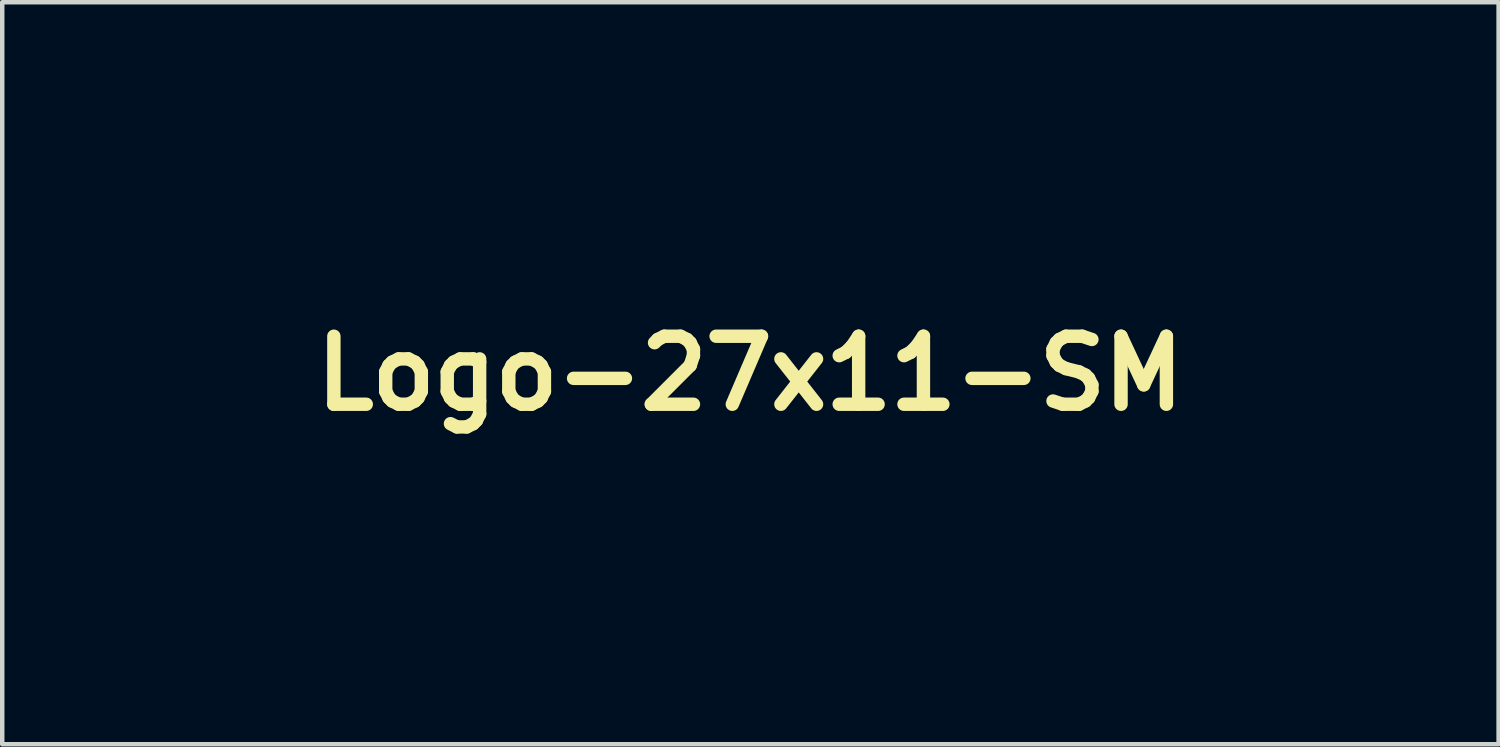
<source format=kicad_pcb>
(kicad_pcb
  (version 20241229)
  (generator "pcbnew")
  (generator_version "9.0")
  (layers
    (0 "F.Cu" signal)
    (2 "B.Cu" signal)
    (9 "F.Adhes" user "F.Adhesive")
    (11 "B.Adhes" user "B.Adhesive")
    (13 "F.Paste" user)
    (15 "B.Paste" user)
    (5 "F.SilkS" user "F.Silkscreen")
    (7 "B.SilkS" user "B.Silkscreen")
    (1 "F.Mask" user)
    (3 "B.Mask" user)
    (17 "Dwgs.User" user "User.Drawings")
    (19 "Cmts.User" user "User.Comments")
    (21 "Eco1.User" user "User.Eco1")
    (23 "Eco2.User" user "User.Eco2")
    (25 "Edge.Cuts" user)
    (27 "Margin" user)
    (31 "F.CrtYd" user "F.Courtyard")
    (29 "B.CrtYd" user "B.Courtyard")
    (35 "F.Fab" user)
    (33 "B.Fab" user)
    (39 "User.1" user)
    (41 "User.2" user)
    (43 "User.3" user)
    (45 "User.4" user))
  (footprint "Logo-27x11-SM"
    (layer "F.Cu")
    (at 13.755 5.317)
    (property "Reference" "Logo-27x11-SM" (at 0 0 0) (layer "F.SilkS") (effects (font (size 1.524 1.524) (thickness 0.3))))
    (attr through_hole)
    (fp_poly (pts (xy 12.591 -3.572) (xy 12.674 -3.472) (xy 12.744 -3.387) (xy 12.791 -3.327) (xy 12.808 -3.302) (xy 12.787 -3.282) (xy 12.727 -3.237) (xy 12.634 -3.17) (xy 12.517 -3.086) (xy 12.381 -2.991) (xy 12.236 -2.89) (xy 12.087 -2.788) (xy 11.942 -2.69) (xy 11.809 -2.6) (xy 11.694 -2.524) (xy 11.606 -2.467) (xy 11.551 -2.434) (xy 11.536 -2.427) (xy 11.516 -2.447) (xy 11.5 -2.467) (xy 11.467 -2.512) (xy 11.413 -2.58) (xy 11.382 -2.617) (xy 11.292 -2.727) (xy 11.838 -3.272) (xy 12.383 -3.817) (xy 12.591 -3.572)) (stroke (width 0.01) (type solid)) (fill yes) (layer "F.Mask"))
    (fp_poly (pts (xy -12.682 -5.069) (xy -12.521 -5.013) (xy -12.37 -4.917) (xy -12.241 -4.792) (xy -12.146 -4.653) (xy -12.107 -4.558) (xy -12.086 -4.426) (xy -12.082 -4.27) (xy -12.095 -4.111) (xy -12.124 -3.968) (xy -12.157 -3.881) (xy -12.268 -3.724) (xy -12.419 -3.599) (xy -12.598 -3.509) (xy -12.795 -3.458) (xy -12.998 -3.452) (xy -13.154 -3.48) (xy -13.364 -3.561) (xy -13.527 -3.674) (xy -13.645 -3.82) (xy -13.718 -4) (xy -13.749 -4.217) (xy -13.75 -4.266) (xy -13.729 -4.484) (xy -13.664 -4.669) (xy -13.552 -4.824) (xy -13.391 -4.953) (xy -13.246 -5.03) (xy -13.071 -5.082) (xy -12.876 -5.094) (xy -12.682 -5.069)) (stroke (width 0.01) (type solid)) (fill yes) (layer "F.Mask"))
    (fp_poly (pts (xy 9.083 4.827) (xy 9.26 4.83) (xy 9.393 4.836) (xy 9.476 4.843) (xy 9.506 4.852) (xy 9.506 4.853) (xy 9.475 4.894) (xy 9.409 4.957) (xy 9.32 5.031) (xy 9.221 5.107) (xy 9.123 5.175) (xy 9.039 5.227) (xy 9.017 5.238) (xy 8.917 5.282) (xy 8.845 5.3) (xy 8.778 5.293) (xy 8.695 5.261) (xy 8.672 5.25) (xy 8.588 5.201) (xy 8.488 5.128) (xy 8.388 5.042) (xy 8.301 4.957) (xy 8.244 4.887) (xy 8.238 4.877) (xy 8.232 4.86) (xy 8.238 4.848) (xy 8.263 4.839) (xy 8.312 4.833) (xy 8.393 4.829) (xy 8.512 4.827) (xy 8.675 4.826) (xy 8.863 4.826) (xy 9.083 4.827)) (stroke (width 0.01) (type solid)) (fill yes) (layer "F.Mask"))
    (fp_poly (pts (xy 8.625 -4.541) (xy 8.619 -4.339) (xy 8.614 -4.156) (xy 8.609 -4) (xy 8.605 -3.878) (xy 8.602 -3.797) (xy 8.599 -3.765) (xy 8.599 -3.765) (xy 8.565 -3.757) (xy 8.496 -3.752) (xy 8.409 -3.749) (xy 8.321 -3.748) (xy 8.25 -3.751) (xy 8.214 -3.757) (xy 8.213 -3.759) (xy 8.208 -3.792) (xy 8.196 -3.871) (xy 8.177 -3.988) (xy 8.153 -4.132) (xy 8.125 -4.296) (xy 8.096 -4.468) (xy 8.067 -4.641) (xy 8.039 -4.805) (xy 8.014 -4.951) (xy 7.993 -5.07) (xy 7.979 -5.151) (xy 7.972 -5.183) (xy 7.97 -5.212) (xy 7.982 -5.233) (xy 8.017 -5.249) (xy 8.082 -5.263) (xy 8.185 -5.275) (xy 8.333 -5.288) (xy 8.408 -5.294) (xy 8.645 -5.312) (xy 8.625 -4.541)) (stroke (width 0.01) (type solid)) (fill yes) (layer "F.Mask"))
    (fp_poly (pts (xy 6.352 -4.666) (xy 6.37 -4.635) (xy 6.407 -4.562) (xy 6.46 -4.455) (xy 6.525 -4.321) (xy 6.598 -4.17) (xy 6.675 -4.009) (xy 6.752 -3.848) (xy 6.825 -3.693) (xy 6.89 -3.553) (xy 6.943 -3.438) (xy 6.98 -3.354) (xy 6.998 -3.31) (xy 6.999 -3.306) (xy 6.977 -3.285) (xy 6.922 -3.246) (xy 6.85 -3.198) (xy 6.775 -3.152) (xy 6.715 -3.117) (xy 6.684 -3.104) (xy 6.665 -3.126) (xy 6.617 -3.187) (xy 6.544 -3.281) (xy 6.451 -3.403) (xy 6.343 -3.546) (xy 6.237 -3.687) (xy 6.117 -3.846) (xy 6.009 -3.991) (xy 5.916 -4.116) (xy 5.844 -4.215) (xy 5.796 -4.28) (xy 5.779 -4.304) (xy 5.793 -4.332) (xy 5.846 -4.378) (xy 5.926 -4.437) (xy 6.022 -4.501) (xy 6.123 -4.563) (xy 6.218 -4.617) (xy 6.295 -4.654) (xy 6.343 -4.668) (xy 6.352 -4.666)) (stroke (width 0.01) (type solid)) (fill yes) (layer "F.Mask"))
    (fp_poly (pts (xy 10.403 -5.042) (xy 10.477 -5.015) (xy 10.576 -4.977) (xy 10.685 -4.933) (xy 10.792 -4.888) (xy 10.885 -4.847) (xy 10.951 -4.815) (xy 10.977 -4.798) (xy 10.977 -4.798) (xy 10.963 -4.762) (xy 10.925 -4.686) (xy 10.867 -4.579) (xy 10.795 -4.448) (xy 10.712 -4.301) (xy 10.623 -4.146) (xy 10.533 -3.99) (xy 10.446 -3.842) (xy 10.366 -3.71) (xy 10.299 -3.6) (xy 10.249 -3.522) (xy 10.22 -3.483) (xy 10.216 -3.48) (xy 10.167 -3.487) (xy 10.089 -3.51) (xy 10.033 -3.531) (xy 9.954 -3.564) (xy 9.9 -3.588) (xy 9.886 -3.595) (xy 9.892 -3.623) (xy 9.913 -3.697) (xy 9.947 -3.811) (xy 9.992 -3.957) (xy 10.045 -4.13) (xy 10.104 -4.319) (xy 10.164 -4.509) (xy 10.218 -4.682) (xy 10.263 -4.828) (xy 10.299 -4.942) (xy 10.321 -5.016) (xy 10.329 -5.044) (xy 10.352 -5.051) (xy 10.364 -5.052) (xy 10.403 -5.042)) (stroke (width 0.01) (type solid)) (fill yes) (layer "F.Mask"))
    (fp_poly (pts (xy 13.604 -1.755) (xy 13.627 -1.706) (xy 13.656 -1.612) (xy 13.692 -1.469) (xy 13.696 -1.45) (xy 13.725 -1.321) (xy 13.747 -1.214) (xy 13.761 -1.14) (xy 13.763 -1.11) (xy 13.763 -1.11) (xy 13.734 -1.104) (xy 13.658 -1.093) (xy 13.543 -1.078) (xy 13.4 -1.06) (xy 13.236 -1.039) (xy 13.062 -1.018) (xy 12.886 -0.997) (xy 12.717 -0.977) (xy 12.564 -0.959) (xy 12.436 -0.945) (xy 12.342 -0.935) (xy 12.292 -0.931) (xy 12.289 -0.931) (xy 12.255 -0.94) (xy 12.23 -0.975) (xy 12.208 -1.049) (xy 12.196 -1.104) (xy 12.181 -1.198) (xy 12.176 -1.268) (xy 12.183 -1.298) (xy 12.215 -1.312) (xy 12.294 -1.341) (xy 12.411 -1.381) (xy 12.559 -1.431) (xy 12.731 -1.488) (xy 12.876 -1.535) (xy 13.062 -1.595) (xy 13.231 -1.65) (xy 13.375 -1.697) (xy 13.487 -1.734) (xy 13.559 -1.757) (xy 13.583 -1.765) (xy 13.604 -1.755)) (stroke (width 0.01) (type solid)) (fill yes) (layer "F.Mask"))
    (fp_poly (pts (xy -5.433 3.728) (xy -5.374 3.751) (xy -5.247 3.83) (xy -5.164 3.937) (xy -5.124 4.073) (xy -5.124 4.244) (xy -5.15 4.394) (xy -5.205 4.576) (xy -5.275 4.708) (xy -5.365 4.799) (xy -5.419 4.831) (xy -5.566 4.879) (xy -5.73 4.896) (xy -5.878 4.881) (xy -6.019 4.828) (xy -6.117 4.747) (xy -6.164 4.672) (xy -6.2 4.542) (xy -6.207 4.384) (xy -6.206 4.383) (xy -5.925 4.383) (xy -5.915 4.503) (xy -5.868 4.582) (xy -5.786 4.622) (xy -5.72 4.628) (xy -5.635 4.619) (xy -5.568 4.599) (xy -5.557 4.592) (xy -5.495 4.516) (xy -5.446 4.405) (xy -5.416 4.279) (xy -5.41 4.16) (xy -5.423 4.092) (xy -5.477 4.016) (xy -5.565 3.965) (xy -5.645 3.951) (xy -5.718 3.975) (xy -5.794 4.038) (xy -5.86 4.124) (xy -5.899 4.218) (xy -5.899 4.219) (xy -5.925 4.383) (xy -6.206 4.383) (xy -6.186 4.215) (xy -6.142 4.054) (xy -6.076 3.916) (xy -6.028 3.853) (xy -5.908 3.764) (xy -5.758 3.712) (xy -5.595 3.699) (xy -5.433 3.728)) (stroke (width 0.01) (type solid)) (fill yes) (layer "F.Mask"))
    (fp_poly (pts (xy -10.919 3.706) (xy -10.753 3.746) (xy -10.628 3.822) (xy -10.549 3.923) (xy -10.519 3.99) (xy -10.506 4.064) (xy -10.506 4.165) (xy -10.509 4.219) (xy -10.538 4.435) (xy -10.59 4.603) (xy -10.668 4.73) (xy -10.774 4.821) (xy -10.806 4.838) (xy -10.917 4.876) (xy -11.055 4.894) (xy -11.193 4.892) (xy -11.241 4.884) (xy -11.392 4.83) (xy -11.501 4.738) (xy -11.568 4.609) (xy -11.591 4.445) (xy -11.59 4.404) (xy -11.307 4.404) (xy -11.297 4.498) (xy -11.258 4.57) (xy -11.243 4.586) (xy -11.178 4.618) (xy -11.085 4.627) (xy -10.991 4.613) (xy -10.929 4.585) (xy -10.884 4.53) (xy -10.84 4.438) (xy -10.804 4.328) (xy -10.783 4.219) (xy -10.781 4.175) (xy -10.805 4.072) (xy -10.872 4.001) (xy -10.976 3.968) (xy -11.007 3.967) (xy -11.116 3.987) (xy -11.198 4.051) (xy -11.258 4.163) (xy -11.289 4.274) (xy -11.307 4.404) (xy -11.59 4.404) (xy -11.589 4.374) (xy -11.553 4.151) (xy -11.483 3.971) (xy -11.382 3.836) (xy -11.249 3.746) (xy -11.086 3.704) (xy -10.919 3.706)) (stroke (width 0.01) (type solid)) (fill yes) (layer "F.Mask"))
    (fp_poly (pts (xy -1.278 3.709) (xy -1.128 3.756) (xy -1.007 3.84) (xy -0.924 3.956) (xy -0.889 4.071) (xy -0.887 4.187) (xy -0.905 4.331) (xy -0.939 4.479) (xy -0.985 4.612) (xy -1.025 4.691) (xy -1.121 4.787) (xy -1.254 4.856) (xy -1.408 4.893) (xy -1.571 4.894) (xy -1.644 4.881) (xy -1.735 4.851) (xy -1.812 4.814) (xy -1.818 4.811) (xy -1.899 4.726) (xy -1.951 4.605) (xy -1.974 4.461) (xy -1.973 4.403) (xy -1.693 4.403) (xy -1.676 4.519) (xy -1.622 4.593) (xy -1.529 4.626) (xy -1.485 4.628) (xy -1.368 4.61) (xy -1.305 4.572) (xy -1.249 4.49) (xy -1.207 4.375) (xy -1.184 4.246) (xy -1.184 4.126) (xy -1.196 4.074) (xy -1.241 4.015) (xy -1.32 3.973) (xy -1.411 3.957) (xy -1.452 3.962) (xy -1.55 4.015) (xy -1.626 4.112) (xy -1.676 4.245) (xy -1.693 4.403) (xy -1.973 4.403) (xy -1.971 4.304) (xy -1.943 4.146) (xy -1.89 3.999) (xy -1.815 3.874) (xy -1.72 3.783) (xy -1.69 3.766) (xy -1.61 3.736) (xy -1.504 3.712) (xy -1.451 3.705) (xy -1.278 3.709)) (stroke (width 0.01) (type solid)) (fill yes) (layer "F.Mask"))
    (fp_poly (pts (xy -2.395 3.333) (xy -2.227 3.355) (xy -2.131 3.381) (xy -2.048 3.412) (xy -2.006 3.441) (xy -1.991 3.482) (xy -1.99 3.525) (xy -1.999 3.601) (xy -2.031 3.646) (xy -2.094 3.662) (xy -2.196 3.651) (xy -2.295 3.629) (xy -2.436 3.6) (xy -2.552 3.591) (xy -2.602 3.595) (xy -2.717 3.645) (xy -2.811 3.746) (xy -2.882 3.899) (xy -2.932 4.103) (xy -2.954 4.292) (xy -2.962 4.401) (xy -2.961 4.469) (xy -2.948 4.512) (xy -2.92 4.545) (xy -2.89 4.569) (xy -2.79 4.614) (xy -2.651 4.622) (xy -2.471 4.592) (xy -2.389 4.571) (xy -2.307 4.549) (xy -2.26 4.546) (xy -2.23 4.564) (xy -2.213 4.585) (xy -2.18 4.658) (xy -2.173 4.706) (xy -2.199 4.764) (xy -2.27 4.814) (xy -2.375 4.855) (xy -2.502 4.883) (xy -2.64 4.896) (xy -2.777 4.892) (xy -2.887 4.872) (xy -3.043 4.802) (xy -3.163 4.69) (xy -3.209 4.616) (xy -3.231 4.557) (xy -3.242 4.479) (xy -3.242 4.367) (xy -3.237 4.277) (xy -3.208 4.006) (xy -3.154 3.784) (xy -3.076 3.608) (xy -2.971 3.477) (xy -2.851 3.394) (xy -2.726 3.352) (xy -2.567 3.332) (xy -2.395 3.333)) (stroke (width 0.01) (type solid)) (fill yes) (layer "F.Mask"))
    (fp_poly (pts (xy 3.9 3.706) (xy 4.052 3.748) (xy 4.175 3.827) (xy 4.259 3.938) (xy 4.29 4.025) (xy 4.295 4.093) (xy 4.29 4.199) (xy 4.277 4.328) (xy 4.259 4.468) (xy 4.237 4.604) (xy 4.213 4.722) (xy 4.189 4.809) (xy 4.171 4.847) (xy 4.12 4.875) (xy 4.048 4.883) (xy 3.978 4.871) (xy 3.934 4.842) (xy 3.932 4.837) (xy 3.929 4.792) (xy 3.935 4.704) (xy 3.949 4.588) (xy 3.965 4.476) (xy 3.985 4.342) (xy 3.997 4.221) (xy 4.002 4.13) (xy 3.998 4.088) (xy 3.955 4.018) (xy 3.877 3.972) (xy 3.784 3.958) (xy 3.733 3.968) (xy 3.665 4.004) (xy 3.612 4.065) (xy 3.568 4.159) (xy 3.529 4.293) (xy 3.498 4.445) (xy 3.467 4.61) (xy 3.441 4.727) (xy 3.417 4.805) (xy 3.391 4.851) (xy 3.359 4.874) (xy 3.317 4.882) (xy 3.293 4.882) (xy 3.223 4.877) (xy 3.181 4.865) (xy 3.18 4.864) (xy 3.164 4.822) (xy 3.163 4.739) (xy 3.177 4.611) (xy 3.206 4.434) (xy 3.219 4.36) (xy 3.266 4.149) (xy 3.321 3.987) (xy 3.389 3.869) (xy 3.475 3.787) (xy 3.583 3.735) (xy 3.72 3.707) (xy 3.726 3.706) (xy 3.9 3.706)) (stroke (width 0.01) (type solid)) (fill yes) (layer "F.Mask"))
    (fp_poly (pts (xy 2.859 3.747) (xy 2.985 3.824) (xy 3.069 3.939) (xy 3.109 4.088) (xy 3.105 4.271) (xy 3.092 4.346) (xy 3.034 4.552) (xy 2.955 4.705) (xy 2.855 4.806) (xy 2.822 4.826) (xy 2.703 4.869) (xy 2.562 4.894) (xy 2.431 4.897) (xy 2.399 4.893) (xy 2.236 4.842) (xy 2.113 4.758) (xy 2.035 4.643) (xy 2.006 4.51) (xy 2.293 4.51) (xy 2.33 4.577) (xy 2.416 4.632) (xy 2.427 4.637) (xy 2.536 4.652) (xy 2.649 4.616) (xy 2.723 4.554) (xy 2.777 4.466) (xy 2.794 4.39) (xy 2.769 4.363) (xy 2.704 4.341) (xy 2.618 4.328) (xy 2.528 4.326) (xy 2.465 4.335) (xy 2.362 4.377) (xy 2.304 4.439) (xy 2.293 4.51) (xy 2.006 4.51) (xy 2.004 4.501) (xy 2.004 4.484) (xy 2.026 4.339) (xy 2.091 4.228) (xy 2.201 4.151) (xy 2.356 4.106) (xy 2.556 4.095) (xy 2.594 4.096) (xy 2.725 4.098) (xy 2.801 4.087) (xy 2.825 4.063) (xy 2.798 4.025) (xy 2.751 3.99) (xy 2.691 3.962) (xy 2.617 3.956) (xy 2.532 3.965) (xy 2.382 3.983) (xy 2.279 3.983) (xy 2.215 3.962) (xy 2.182 3.92) (xy 2.174 3.86) (xy 2.2 3.8) (xy 2.277 3.753) (xy 2.398 3.719) (xy 2.487 3.707) (xy 2.692 3.707) (xy 2.859 3.747)) (stroke (width 0.01) (type solid)) (fill yes) (layer "F.Mask"))
    (fp_poly (pts (xy 5.404 3.714) (xy 5.45 3.73) (xy 5.479 3.756) (xy 5.488 3.797) (xy 5.478 3.859) (xy 5.446 3.947) (xy 5.39 4.067) (xy 5.309 4.225) (xy 5.205 4.42) (xy 5.114 4.588) (xy 5.027 4.745) (xy 4.951 4.881) (xy 4.888 4.988) (xy 4.846 5.058) (xy 4.835 5.073) (xy 4.727 5.176) (xy 4.589 5.248) (xy 4.443 5.277) (xy 4.431 5.278) (xy 4.352 5.271) (xy 4.308 5.245) (xy 4.284 5.205) (xy 4.267 5.126) (xy 4.3 5.065) (xy 4.386 5.021) (xy 4.415 5.011) (xy 4.528 4.954) (xy 4.61 4.875) (xy 4.66 4.809) (xy 4.679 4.766) (xy 4.67 4.726) (xy 4.651 4.691) (xy 4.627 4.635) (xy 4.593 4.537) (xy 4.554 4.412) (xy 4.512 4.272) (xy 4.473 4.13) (xy 4.439 3.999) (xy 4.415 3.893) (xy 4.403 3.824) (xy 4.403 3.815) (xy 4.427 3.753) (xy 4.489 3.715) (xy 4.572 3.711) (xy 4.585 3.714) (xy 4.623 3.734) (xy 4.658 3.782) (xy 4.693 3.862) (xy 4.732 3.981) (xy 4.775 4.146) (xy 4.8 4.247) (xy 4.823 4.332) (xy 4.843 4.393) (xy 4.852 4.409) (xy 4.871 4.393) (xy 4.91 4.335) (xy 4.964 4.244) (xy 5.028 4.128) (xy 5.048 4.091) (xy 5.117 3.964) (xy 5.183 3.854) (xy 5.237 3.772) (xy 5.274 3.728) (xy 5.279 3.724) (xy 5.348 3.709) (xy 5.404 3.714)) (stroke (width 0.01) (type solid)) (fill yes) (layer "F.Mask"))
    (fp_poly (pts (xy 1.562 3.712) (xy 1.711 3.755) (xy 1.838 3.834) (xy 1.903 3.904) (xy 1.936 3.962) (xy 1.954 4.034) (xy 1.959 4.138) (xy 1.959 4.186) (xy 1.938 4.409) (xy 1.88 4.594) (xy 1.788 4.738) (xy 1.665 4.838) (xy 1.513 4.893) (xy 1.335 4.9) (xy 1.229 4.883) (xy 1.144 4.867) (xy 1.091 4.873) (xy 1.061 4.91) (xy 1.042 4.988) (xy 1.031 5.062) (xy 1.015 5.152) (xy 0.994 5.221) (xy 0.983 5.242) (xy 0.926 5.272) (xy 0.849 5.274) (xy 0.78 5.25) (xy 0.76 5.232) (xy 0.748 5.184) (xy 0.749 5.092) (xy 0.76 4.964) (xy 0.781 4.812) (xy 0.808 4.645) (xy 0.838 4.49) (xy 1.137 4.49) (xy 1.139 4.566) (xy 1.169 4.607) (xy 1.235 4.624) (xy 1.344 4.628) (xy 1.349 4.628) (xy 1.45 4.622) (xy 1.517 4.6) (xy 1.564 4.562) (xy 1.608 4.495) (xy 1.649 4.392) (xy 1.679 4.275) (xy 1.693 4.167) (xy 1.693 4.154) (xy 1.668 4.067) (xy 1.603 4.002) (xy 1.511 3.965) (xy 1.406 3.964) (xy 1.351 3.981) (xy 1.286 4.02) (xy 1.237 4.083) (xy 1.198 4.18) (xy 1.165 4.321) (xy 1.156 4.37) (xy 1.137 4.49) (xy 0.838 4.49) (xy 0.841 4.473) (xy 0.877 4.306) (xy 0.915 4.154) (xy 0.952 4.027) (xy 0.988 3.934) (xy 1.007 3.899) (xy 1.114 3.798) (xy 1.25 3.733) (xy 1.404 3.704) (xy 1.562 3.712)) (stroke (width 0.01) (type solid)) (fill yes) (layer "F.Mask"))
    (fp_poly (pts (xy -4.23 3.725) (xy -4.099 3.784) (xy -3.998 3.873) (xy -3.964 3.925) (xy -3.926 4.051) (xy -3.917 4.206) (xy -3.936 4.372) (xy -3.979 4.534) (xy -4.044 4.673) (xy -4.106 4.753) (xy -4.229 4.839) (xy -4.382 4.889) (xy -4.547 4.897) (xy -4.631 4.884) (xy -4.73 4.863) (xy -4.787 4.863) (xy -4.817 4.892) (xy -4.832 4.957) (xy -4.838 5.002) (xy -4.857 5.101) (xy -4.884 5.185) (xy -4.899 5.214) (xy -4.962 5.266) (xy -5.041 5.274) (xy -5.117 5.236) (xy -5.122 5.231) (xy -5.155 5.167) (xy -5.154 5.125) (xy -5.145 5.077) (xy -5.128 4.985) (xy -5.105 4.86) (xy -5.079 4.714) (xy -5.067 4.643) (xy -5.057 4.587) (xy -4.77 4.587) (xy -4.743 4.603) (xy -4.672 4.616) (xy -4.566 4.624) (xy -4.528 4.625) (xy -4.431 4.622) (xy -4.368 4.601) (xy -4.322 4.562) (xy -4.267 4.477) (xy -4.227 4.366) (xy -4.206 4.247) (xy -4.206 4.136) (xy -4.229 4.051) (xy -4.247 4.026) (xy -4.335 3.974) (xy -4.441 3.962) (xy -4.545 3.989) (xy -4.626 4.053) (xy -4.638 4.07) (xy -4.658 4.118) (xy -4.685 4.204) (xy -4.713 4.311) (xy -4.74 4.421) (xy -4.76 4.517) (xy -4.769 4.581) (xy -4.77 4.587) (xy -5.057 4.587) (xy -5.028 4.425) (xy -4.995 4.256) (xy -4.965 4.126) (xy -4.935 4.029) (xy -4.902 3.955) (xy -4.865 3.898) (xy -4.821 3.849) (xy -4.8 3.83) (xy -4.676 3.75) (xy -4.532 3.707) (xy -4.379 3.699) (xy -4.23 3.725)) (stroke (width 0.01) (type solid)) (fill yes) (layer "F.Mask"))
    (fp_poly (pts (xy -7 3.282) (xy -6.967 3.304) (xy -6.956 3.33) (xy -6.951 3.369) (xy -6.956 3.431) (xy -6.969 3.528) (xy -6.988 3.646) (xy -7.006 3.751) (xy -6.898 3.721) (xy -6.796 3.705) (xy -6.686 3.706) (xy -6.668 3.708) (xy -6.519 3.749) (xy -6.413 3.826) (xy -6.348 3.941) (xy -6.323 4.095) (xy -6.323 4.126) (xy -6.329 4.221) (xy -6.343 4.341) (xy -6.363 4.473) (xy -6.386 4.604) (xy -6.411 4.72) (xy -6.434 4.809) (xy -6.454 4.856) (xy -6.456 4.858) (xy -6.501 4.875) (xy -6.573 4.878) (xy -6.579 4.877) (xy -6.645 4.865) (xy -6.674 4.83) (xy -6.684 4.773) (xy -6.683 4.703) (xy -6.672 4.596) (xy -6.655 4.471) (xy -6.645 4.414) (xy -6.62 4.252) (xy -6.613 4.136) (xy -6.626 4.056) (xy -6.66 4.005) (xy -6.709 3.977) (xy -6.796 3.962) (xy -6.902 3.968) (xy -6.995 3.991) (xy -7.021 4.004) (xy -7.038 4.038) (xy -7.062 4.117) (xy -7.088 4.231) (xy -7.116 4.368) (xy -7.124 4.413) (xy -7.151 4.557) (xy -7.178 4.683) (xy -7.203 4.779) (xy -7.222 4.835) (xy -7.226 4.841) (xy -7.285 4.875) (xy -7.364 4.879) (xy -7.433 4.856) (xy -7.45 4.84) (xy -7.46 4.817) (xy -7.462 4.774) (xy -7.457 4.704) (xy -7.445 4.602) (xy -7.423 4.462) (xy -7.392 4.277) (xy -7.354 4.057) (xy -7.318 3.859) (xy -7.284 3.679) (xy -7.253 3.525) (xy -7.227 3.403) (xy -7.208 3.323) (xy -7.196 3.29) (xy -7.144 3.269) (xy -7.069 3.266) (xy -7 3.282)) (stroke (width 0.01) (type solid)) (fill yes) (layer "F.Mask"))
    (fp_poly (pts (xy -11.482 3.356) (xy -11.437 3.404) (xy -11.43 3.437) (xy -11.439 3.474) (xy -11.464 3.556) (xy -11.502 3.676) (xy -11.551 3.825) (xy -11.609 3.996) (xy -11.648 4.111) (xy -11.726 4.335) (xy -11.79 4.511) (xy -11.843 4.645) (xy -11.891 4.742) (xy -11.935 4.808) (xy -11.981 4.85) (xy -12.031 4.872) (xy -12.089 4.881) (xy -12.137 4.882) (xy -12.227 4.877) (xy -12.287 4.853) (xy -12.342 4.799) (xy -12.345 4.796) (xy -12.371 4.763) (xy -12.39 4.731) (xy -12.403 4.691) (xy -12.411 4.632) (xy -12.416 4.547) (xy -12.419 4.426) (xy -12.42 4.261) (xy -12.42 4.196) (xy -12.422 3.683) (xy -12.585 4.163) (xy -12.658 4.378) (xy -12.719 4.545) (xy -12.769 4.671) (xy -12.815 4.76) (xy -12.859 4.821) (xy -12.905 4.857) (xy -12.959 4.875) (xy -13.024 4.882) (xy -13.074 4.882) (xy -13.169 4.873) (xy -13.237 4.838) (xy -13.267 4.809) (xy -13.335 4.736) (xy -13.328 4.072) (xy -13.324 3.819) (xy -13.318 3.623) (xy -13.31 3.482) (xy -13.299 3.397) (xy -13.29 3.369) (xy -13.232 3.337) (xy -13.154 3.333) (xy -13.085 3.357) (xy -13.067 3.373) (xy -13.055 3.403) (xy -13.046 3.463) (xy -13.041 3.559) (xy -13.04 3.697) (xy -13.041 3.882) (xy -13.044 4.008) (xy -13.056 4.6) (xy -12.991 4.424) (xy -12.958 4.33) (xy -12.912 4.199) (xy -12.86 4.047) (xy -12.807 3.889) (xy -12.797 3.86) (xy -12.74 3.696) (xy -12.694 3.577) (xy -12.655 3.493) (xy -12.617 3.437) (xy -12.583 3.402) (xy -12.472 3.342) (xy -12.351 3.336) (xy -12.251 3.371) (xy -12.2 3.403) (xy -12.162 3.445) (xy -12.135 3.505) (xy -12.119 3.589) (xy -12.11 3.706) (xy -12.109 3.863) (xy -12.114 4.067) (xy -12.115 4.102) (xy -12.132 4.614) (xy -11.926 4.015) (xy -11.865 3.84) (xy -11.807 3.68) (xy -11.757 3.546) (xy -11.718 3.444) (xy -11.691 3.385) (xy -11.685 3.373) (xy -11.625 3.336) (xy -11.551 3.332) (xy -11.482 3.356)) (stroke (width 0.01) (type solid)) (fill yes) (layer "F.Mask"))
    (fp_poly (pts (xy -0.02 -2.721) (xy 0.159 -2.699) (xy 0.544 -2.606) (xy 0.895 -2.467) (xy 1.213 -2.285) (xy 1.494 -2.061) (xy 1.737 -1.798) (xy 1.94 -1.497) (xy 2.101 -1.161) (xy 2.218 -0.792) (xy 2.272 -0.515) (xy 2.311 -0.08) (xy 2.296 0.355) (xy 2.273 0.536) (xy 2.188 0.933) (xy 2.059 1.295) (xy 1.888 1.621) (xy 1.677 1.91) (xy 1.429 2.16) (xy 1.144 2.37) (xy 0.826 2.538) (xy 0.475 2.662) (xy 0.095 2.742) (xy -0.313 2.776) (xy -0.734 2.763) (xy -1.088 2.708) (xy -1.432 2.607) (xy -1.758 2.462) (xy -2.057 2.279) (xy -2.322 2.06) (xy -2.511 1.855) (xy -2.713 1.56) (xy -2.873 1.235) (xy -2.991 0.887) (xy -3.067 0.524) (xy -3.102 0.152) (xy -3.101 0.06) (xy -1.704 0.06) (xy -1.694 0.286) (xy -1.673 0.492) (xy -1.641 0.659) (xy -1.54 0.95) (xy -1.407 1.199) (xy -1.243 1.404) (xy -1.053 1.563) (xy -0.836 1.674) (xy -0.597 1.736) (xy -0.338 1.746) (xy -0.144 1.722) (xy 0.083 1.651) (xy 0.296 1.53) (xy 0.485 1.366) (xy 0.645 1.165) (xy 0.759 0.951) (xy 0.829 0.742) (xy 0.88 0.496) (xy 0.91 0.227) (xy 0.919 -0.048) (xy 0.906 -0.313) (xy 0.869 -0.554) (xy 0.852 -0.626) (xy 0.75 -0.92) (xy 0.616 -1.169) (xy 0.449 -1.371) (xy 0.25 -1.528) (xy 0.02 -1.638) (xy -0.203 -1.695) (xy -0.459 -1.712) (xy -0.702 -1.676) (xy -0.928 -1.59) (xy -1.133 -1.458) (xy -1.313 -1.283) (xy -1.464 -1.067) (xy -1.582 -0.815) (xy -1.656 -0.563) (xy -1.684 -0.383) (xy -1.7 -0.169) (xy -1.704 0.06) (xy -3.101 0.06) (xy -3.096 -0.223) (xy -3.049 -0.593) (xy -2.961 -0.952) (xy -2.833 -1.293) (xy -2.664 -1.61) (xy -2.455 -1.895) (xy -2.386 -1.972) (xy -2.156 -2.18) (xy -1.885 -2.363) (xy -1.582 -2.516) (xy -1.259 -2.632) (xy -1.185 -2.653) (xy -0.991 -2.691) (xy -0.759 -2.718) (xy -0.507 -2.732) (xy -0.255 -2.733) (xy -0.02 -2.721)) (stroke (width 0.01) (type solid)) (fill yes) (layer "F.Mask"))
    (fp_poly (pts (xy -0.18 3.712) (xy -0.071 3.75) (xy 0.003 3.78) (xy 0.054 3.785) (xy 0.11 3.765) (xy 0.15 3.745) (xy 0.275 3.708) (xy 0.417 3.707) (xy 0.552 3.741) (xy 0.607 3.77) (xy 0.692 3.854) (xy 0.748 3.964) (xy 0.762 4.048) (xy 0.757 4.116) (xy 0.743 4.218) (xy 0.723 4.343) (xy 0.699 4.476) (xy 0.674 4.607) (xy 0.65 4.72) (xy 0.629 4.805) (xy 0.614 4.846) (xy 0.614 4.847) (xy 0.564 4.875) (xy 0.492 4.883) (xy 0.421 4.871) (xy 0.378 4.841) (xy 0.375 4.836) (xy 0.373 4.791) (xy 0.38 4.703) (xy 0.393 4.583) (xy 0.413 4.444) (xy 0.436 4.296) (xy 0.463 4.153) (xy 0.47 4.116) (xy 0.463 4.043) (xy 0.417 3.991) (xy 0.35 3.965) (xy 0.278 3.97) (xy 0.215 4.011) (xy 0.197 4.037) (xy 0.181 4.084) (xy 0.158 4.175) (xy 0.132 4.296) (xy 0.104 4.436) (xy 0.1 4.458) (xy 0.073 4.597) (xy 0.049 4.716) (xy 0.029 4.804) (xy 0.016 4.851) (xy 0.014 4.854) (xy -0.023 4.873) (xy -0.092 4.882) (xy -0.099 4.882) (xy -0.165 4.876) (xy -0.207 4.852) (xy -0.228 4.802) (xy -0.229 4.718) (xy -0.214 4.593) (xy -0.196 4.487) (xy -0.165 4.312) (xy -0.148 4.185) (xy -0.143 4.096) (xy -0.151 4.037) (xy -0.173 4) (xy -0.208 3.976) (xy -0.211 3.975) (xy -0.275 3.958) (xy -0.337 3.981) (xy -0.351 3.99) (xy -0.38 4.01) (xy -0.402 4.031) (xy -0.42 4.063) (xy -0.436 4.114) (xy -0.454 4.193) (xy -0.476 4.31) (xy -0.505 4.473) (xy -0.507 4.484) (xy -0.532 4.615) (xy -0.558 4.728) (xy -0.58 4.809) (xy -0.596 4.844) (xy -0.653 4.875) (xy -0.731 4.879) (xy -0.8 4.856) (xy -0.818 4.841) (xy -0.83 4.813) (xy -0.834 4.764) (xy -0.827 4.685) (xy -0.811 4.568) (xy -0.783 4.405) (xy -0.781 4.39) (xy -0.744 4.196) (xy -0.711 4.049) (xy -0.678 3.941) (xy -0.64 3.864) (xy -0.594 3.81) (xy -0.537 3.771) (xy -0.499 3.752) (xy -0.338 3.705) (xy -0.18 3.712)) (stroke (width 0.01) (type solid)) (fill yes) (layer "F.Mask"))
    (fp_poly (pts (xy -4.919 -2.723) (xy -4.668 -2.678) (xy -4.43 -2.599) (xy -4.293 -2.537) (xy -4.041 -2.384) (xy -3.829 -2.191) (xy -3.66 -1.962) (xy -3.605 -1.863) (xy -3.566 -1.783) (xy -3.531 -1.711) (xy -3.502 -1.643) (xy -3.478 -1.574) (xy -3.457 -1.499) (xy -3.441 -1.413) (xy -3.428 -1.312) (xy -3.419 -1.191) (xy -3.411 -1.045) (xy -3.406 -0.869) (xy -3.403 -0.659) (xy -3.402 -0.41) (xy -3.401 -0.118) (xy -3.401 0.224) (xy -3.401 0.48) (xy -3.401 0.852) (xy -3.401 1.173) (xy -3.402 1.446) (xy -3.404 1.675) (xy -3.407 1.866) (xy -3.412 2.021) (xy -3.418 2.147) (xy -3.428 2.246) (xy -3.439 2.324) (xy -3.454 2.385) (xy -3.472 2.433) (xy -3.494 2.472) (xy -3.519 2.507) (xy -3.549 2.542) (xy -3.563 2.558) (xy -3.692 2.674) (xy -3.841 2.743) (xy -4.019 2.77) (xy -4.063 2.771) (xy -4.239 2.757) (xy -4.381 2.712) (xy -4.502 2.629) (xy -4.534 2.599) (xy -4.636 2.469) (xy -4.706 2.312) (xy -4.743 2.151) (xy -4.748 2.09) (xy -4.753 1.979) (xy -4.758 1.825) (xy -4.762 1.633) (xy -4.765 1.41) (xy -4.767 1.163) (xy -4.769 0.899) (xy -4.769 0.659) (xy -4.77 0.315) (xy -4.771 0.023) (xy -4.774 -0.224) (xy -4.779 -0.43) (xy -4.786 -0.601) (xy -4.795 -0.743) (xy -4.808 -0.861) (xy -4.824 -0.961) (xy -4.843 -1.047) (xy -4.867 -1.125) (xy -4.896 -1.201) (xy -4.912 -1.239) (xy -5.012 -1.406) (xy -5.15 -1.532) (xy -5.325 -1.616) (xy -5.535 -1.657) (xy -5.729 -1.659) (xy -5.971 -1.618) (xy -6.194 -1.528) (xy -6.391 -1.393) (xy -6.557 -1.217) (xy -6.688 -1.007) (xy -6.778 -0.766) (xy -6.804 -0.649) (xy -6.812 -0.577) (xy -6.82 -0.453) (xy -6.828 -0.281) (xy -6.835 -0.067) (xy -6.842 0.185) (xy -6.848 0.47) (xy -6.853 0.784) (xy -6.854 0.903) (xy -6.859 1.217) (xy -6.862 1.48) (xy -6.866 1.697) (xy -6.87 1.873) (xy -6.874 2.012) (xy -6.879 2.121) (xy -6.885 2.205) (xy -6.893 2.267) (xy -6.901 2.315) (xy -6.912 2.352) (xy -6.924 2.384) (xy -6.931 2.399) (xy -7.03 2.548) (xy -7.167 2.666) (xy -7.33 2.746) (xy -7.508 2.781) (xy -7.648 2.774) (xy -7.797 2.736) (xy -7.915 2.671) (xy -8.023 2.57) (xy -8.059 2.529) (xy -8.091 2.493) (xy -8.119 2.457) (xy -8.142 2.418) (xy -8.162 2.37) (xy -8.179 2.311) (xy -8.192 2.235) (xy -8.203 2.14) (xy -8.211 2.021) (xy -8.218 1.874) (xy -8.222 1.696) (xy -8.226 1.481) (xy -8.228 1.226) (xy -8.23 0.928) (xy -8.232 0.582) (xy -8.234 0.183) (xy -8.234 0.128) (xy -8.236 -0.296) (xy -8.237 -0.667) (xy -8.237 -0.989) (xy -8.236 -1.267) (xy -8.234 -1.504) (xy -8.231 -1.704) (xy -8.226 -1.871) (xy -8.219 -2.008) (xy -8.211 -2.121) (xy -8.2 -2.212) (xy -8.186 -2.285) (xy -8.171 -2.345) (xy -8.152 -2.395) (xy -8.13 -2.439) (xy -8.106 -2.481) (xy -8.006 -2.606) (xy -7.882 -2.687) (xy -7.726 -2.727) (xy -7.561 -2.733) (xy -7.439 -2.724) (xy -7.353 -2.707) (xy -7.283 -2.676) (xy -7.233 -2.645) (xy -7.107 -2.524) (xy -7.014 -2.364) (xy -6.959 -2.173) (xy -6.949 -2.085) (xy -6.935 -1.893) (xy -6.734 -2.098) (xy -6.484 -2.324) (xy -6.225 -2.498) (xy -5.952 -2.623) (xy -5.655 -2.7) (xy -5.328 -2.735) (xy -5.201 -2.737) (xy -4.919 -2.723)) (stroke (width 0.01) (type solid)) (fill yes) (layer "F.Mask"))
    (fp_poly (pts (xy -12.706 -3.152) (xy -12.533 -3.087) (xy -12.389 -2.984) (xy -12.38 -2.975) (xy -12.317 -2.908) (xy -12.272 -2.843) (xy -12.24 -2.771) (xy -12.219 -2.68) (xy -12.207 -2.559) (xy -12.2 -2.399) (xy -12.197 -2.299) (xy -12.187 -1.874) (xy -11.985 -2.084) (xy -11.738 -2.309) (xy -11.477 -2.488) (xy -11.209 -2.617) (xy -11.137 -2.642) (xy -10.914 -2.696) (xy -10.661 -2.728) (xy -10.398 -2.737) (xy -10.147 -2.722) (xy -9.938 -2.686) (xy -9.634 -2.585) (xy -9.371 -2.446) (xy -9.149 -2.269) (xy -8.964 -2.052) (xy -8.837 -1.834) (xy -8.798 -1.753) (xy -8.764 -1.678) (xy -8.735 -1.603) (xy -8.711 -1.524) (xy -8.691 -1.436) (xy -8.675 -1.335) (xy -8.663 -1.216) (xy -8.653 -1.073) (xy -8.647 -0.904) (xy -8.643 -0.702) (xy -8.64 -0.463) (xy -8.64 -0.183) (xy -8.64 0.144) (xy -8.642 0.521) (xy -8.642 0.596) (xy -8.644 0.948) (xy -8.645 1.249) (xy -8.647 1.502) (xy -8.649 1.712) (xy -8.652 1.883) (xy -8.655 2.021) (xy -8.658 2.129) (xy -8.663 2.212) (xy -8.669 2.274) (xy -8.676 2.32) (xy -8.685 2.355) (xy -8.695 2.382) (xy -8.707 2.407) (xy -8.712 2.416) (xy -8.789 2.527) (xy -8.89 2.632) (xy -8.998 2.713) (xy -9.055 2.742) (xy -9.123 2.757) (xy -9.223 2.767) (xy -9.317 2.771) (xy -9.512 2.748) (xy -9.677 2.678) (xy -9.815 2.56) (xy -9.924 2.399) (xy -9.936 2.374) (xy -9.945 2.343) (xy -9.954 2.302) (xy -9.961 2.245) (xy -9.967 2.168) (xy -9.972 2.067) (xy -9.976 1.936) (xy -9.98 1.77) (xy -9.984 1.566) (xy -9.987 1.318) (xy -9.991 1.021) (xy -9.994 0.79) (xy -9.998 0.436) (xy -10.002 0.133) (xy -10.007 -0.123) (xy -10.013 -0.338) (xy -10.019 -0.518) (xy -10.028 -0.666) (xy -10.038 -0.789) (xy -10.05 -0.891) (xy -10.065 -0.977) (xy -10.083 -1.053) (xy -10.104 -1.124) (xy -10.129 -1.194) (xy -10.132 -1.2) (xy -10.226 -1.373) (xy -10.364 -1.513) (xy -10.45 -1.57) (xy -10.522 -1.607) (xy -10.585 -1.63) (xy -10.656 -1.644) (xy -10.75 -1.65) (xy -10.884 -1.651) (xy -10.894 -1.651) (xy -11.032 -1.65) (xy -11.13 -1.644) (xy -11.207 -1.63) (xy -11.279 -1.605) (xy -11.365 -1.565) (xy -11.378 -1.559) (xy -11.599 -1.423) (xy -11.777 -1.252) (xy -11.913 -1.046) (xy -12.008 -0.801) (xy -12.054 -0.584) (xy -12.061 -0.515) (xy -12.068 -0.395) (xy -12.075 -0.232) (xy -12.082 -0.033) (xy -12.089 0.196) (xy -12.095 0.448) (xy -12.1 0.717) (xy -12.104 0.96) (xy -12.108 1.272) (xy -12.112 1.532) (xy -12.116 1.747) (xy -12.12 1.92) (xy -12.125 2.057) (xy -12.13 2.163) (xy -12.137 2.242) (xy -12.144 2.301) (xy -12.153 2.344) (xy -12.163 2.376) (xy -12.174 2.399) (xy -12.289 2.565) (xy -12.434 2.683) (xy -12.608 2.754) (xy -12.812 2.777) (xy -12.975 2.765) (xy -13.183 2.719) (xy -13.346 2.645) (xy -13.468 2.538) (xy -13.556 2.396) (xy -13.575 2.35) (xy -13.585 2.322) (xy -13.594 2.292) (xy -13.601 2.256) (xy -13.608 2.211) (xy -13.613 2.153) (xy -13.618 2.077) (xy -13.621 1.981) (xy -13.624 1.861) (xy -13.627 1.712) (xy -13.628 1.531) (xy -13.63 1.314) (xy -13.63 1.058) (xy -13.631 0.758) (xy -13.631 0.411) (xy -13.631 0.013) (xy -13.631 -0.192) (xy -13.631 -0.675) (xy -13.63 -1.108) (xy -13.628 -1.491) (xy -13.625 -1.823) (xy -13.622 -2.102) (xy -13.618 -2.328) (xy -13.614 -2.501) (xy -13.609 -2.619) (xy -13.603 -2.681) (xy -13.602 -2.687) (xy -13.538 -2.829) (xy -13.434 -2.963) (xy -13.304 -3.072) (xy -13.251 -3.103) (xy -13.079 -3.162) (xy -12.893 -3.178) (xy -12.706 -3.152)) (stroke (width 0.01) (type solid)) (fill yes) (layer "F.Mask"))
    (fp_poly (pts (xy 9.85 3.096) (xy 9.964 3.135) (xy 10.037 3.198) (xy 10.071 3.287) (xy 10.075 3.338) (xy 10.064 3.413) (xy 10.035 3.492) (xy 9.999 3.555) (xy 9.963 3.584) (xy 9.96 3.584) (xy 9.959 3.6) (xy 9.994 3.638) (xy 10.007 3.65) (xy 10.059 3.708) (xy 10.08 3.779) (xy 10.083 3.838) (xy 10.075 3.928) (xy 10.042 3.993) (xy 9.995 4.04) (xy 9.908 4.118) (xy 9.992 4.202) (xy 10.059 4.3) (xy 10.074 4.401) (xy 10.04 4.497) (xy 9.96 4.581) (xy 9.837 4.644) (xy 9.799 4.656) (xy 9.692 4.679) (xy 9.545 4.702) (xy 9.367 4.723) (xy 9.167 4.742) (xy 8.954 4.758) (xy 8.738 4.772) (xy 8.527 4.781) (xy 8.331 4.787) (xy 8.159 4.788) (xy 8.019 4.784) (xy 7.921 4.774) (xy 7.888 4.766) (xy 7.765 4.699) (xy 7.69 4.612) (xy 7.666 4.509) (xy 7.681 4.431) (xy 7.718 4.361) (xy 7.765 4.316) (xy 7.796 4.295) (xy 7.798 4.27) (xy 7.767 4.227) (xy 7.734 4.188) (xy 7.664 4.08) (xy 7.65 3.978) (xy 7.692 3.883) (xy 7.73 3.841) (xy 7.811 3.765) (xy 7.73 3.718) (xy 7.672 3.673) (xy 7.65 3.611) (xy 7.648 3.57) (xy 7.662 3.457) (xy 7.709 3.374) (xy 7.793 3.316) (xy 7.921 3.279) (xy 8.097 3.26) (xy 8.107 3.26) (xy 8.34 3.247) (xy 8.144 3.289) (xy 7.987 3.335) (xy 7.88 3.397) (xy 7.825 3.472) (xy 7.818 3.516) (xy 7.841 3.578) (xy 7.9 3.647) (xy 7.979 3.707) (xy 8.06 3.743) (xy 8.116 3.765) (xy 8.118 3.79) (xy 8.065 3.821) (xy 8.033 3.833) (xy 7.92 3.892) (xy 7.86 3.962) (xy 7.853 4.038) (xy 7.9 4.113) (xy 8.001 4.18) (xy 8.016 4.186) (xy 8.093 4.223) (xy 8.144 4.254) (xy 8.156 4.266) (xy 8.132 4.285) (xy 8.074 4.303) (xy 8.074 4.303) (xy 7.994 4.336) (xy 7.919 4.389) (xy 7.859 4.473) (xy 7.851 4.557) (xy 7.893 4.632) (xy 7.98 4.687) (xy 8.022 4.7) (xy 8.078 4.721) (xy 8.1 4.744) (xy 8.125 4.756) (xy 8.187 4.757) (xy 8.22 4.754) (xy 8.583 4.71) (xy 8.893 4.667) (xy 9.152 4.626) (xy 9.364 4.585) (xy 9.531 4.543) (xy 9.657 4.5) (xy 9.744 4.455) (xy 9.794 4.407) (xy 9.813 4.354) (xy 9.804 4.305) (xy 9.758 4.244) (xy 9.673 4.201) (xy 9.546 4.175) (xy 9.374 4.166) (xy 9.152 4.173) (xy 8.946 4.19) (xy 8.713 4.212) (xy 8.53 4.226) (xy 8.4 4.232) (xy 8.322 4.231) (xy 8.299 4.222) (xy 8.301 4.22) (xy 8.331 4.213) (xy 8.41 4.199) (xy 8.529 4.179) (xy 8.681 4.156) (xy 8.857 4.129) (xy 9.004 4.108) (xy 9.245 4.072) (xy 9.436 4.041) (xy 9.581 4.012) (xy 9.688 3.985) (xy 9.761 3.957) (xy 9.806 3.927) (xy 9.829 3.892) (xy 9.835 3.852) (xy 9.814 3.802) (xy 9.763 3.748) (xy 9.756 3.742) (xy 9.715 3.716) (xy 9.669 3.7) (xy 9.605 3.691) (xy 9.51 3.688) (xy 9.373 3.69) (xy 9.361 3.69) (xy 9.225 3.694) (xy 9.103 3.7) (xy 9.01 3.707) (xy 8.968 3.713) (xy 8.912 3.718) (xy 8.89 3.706) (xy 8.916 3.69) (xy 8.985 3.666) (xy 9.086 3.637) (xy 9.165 3.617) (xy 9.334 3.572) (xy 9.488 3.522) (xy 9.619 3.471) (xy 9.716 3.422) (xy 9.77 3.38) (xy 9.776 3.369) (xy 9.771 3.313) (xy 9.718 3.263) (xy 9.627 3.223) (xy 9.527 3.202) (xy 9.422 3.195) (xy 9.286 3.195) (xy 9.147 3.201) (xy 9.122 3.202) (xy 8.997 3.21) (xy 8.925 3.208) (xy 8.904 3.199) (xy 8.933 3.183) (xy 9.009 3.163) (xy 9.132 3.139) (xy 9.234 3.122) (xy 9.488 3.091) (xy 9.692 3.082) (xy 9.85 3.096)) (stroke (width 0.01) (type solid)) (fill yes) (layer "F.Mask"))
    (fp_poly (pts (xy -9.134 3.267) (xy -9.129 3.269) (xy -9.094 3.29) (xy -9.072 3.321) (xy -9.062 3.371) (xy -9.065 3.447) (xy -9.079 3.559) (xy -9.105 3.715) (xy -9.117 3.781) (xy -9.139 3.909) (xy -9.156 4.018) (xy -9.165 4.093) (xy -9.166 4.124) (xy -9.143 4.116) (xy -9.084 4.078) (xy -9 4.016) (xy -8.897 3.935) (xy -8.88 3.922) (xy -8.772 3.837) (xy -8.677 3.766) (xy -8.606 3.717) (xy -8.567 3.697) (xy -8.565 3.697) (xy -8.479 3.717) (xy -8.419 3.768) (xy -8.395 3.835) (xy -8.408 3.89) (xy -8.437 3.924) (xy -8.499 3.982) (xy -8.58 4.055) (xy -8.67 4.132) (xy -8.755 4.203) (xy -8.825 4.257) (xy -8.857 4.279) (xy -8.845 4.302) (xy -8.804 4.359) (xy -8.742 4.44) (xy -8.698 4.496) (xy -8.53 4.708) (xy -8.477 4.636) (xy -8.423 4.564) (xy -8.235 4.607) (xy -8.08 4.633) (xy -7.961 4.632) (xy -7.883 4.604) (xy -7.851 4.554) (xy -7.849 4.527) (xy -7.857 4.506) (xy -7.884 4.485) (xy -7.94 4.461) (xy -8.033 4.426) (xy -8.135 4.389) (xy -8.267 4.322) (xy -8.348 4.231) (xy -8.381 4.113) (xy -8.382 4.087) (xy -8.359 3.946) (xy -8.294 3.833) (xy -8.208 3.765) (xy -8.091 3.726) (xy -7.943 3.707) (xy -7.787 3.71) (xy -7.662 3.731) (xy -7.579 3.755) (xy -7.536 3.781) (xy -7.518 3.823) (xy -7.513 3.873) (xy -7.512 3.944) (xy -7.532 3.979) (xy -7.573 3.995) (xy -7.645 3.999) (xy -7.735 3.986) (xy -7.751 3.982) (xy -7.898 3.954) (xy -8.007 3.964) (xy -8.054 3.987) (xy -8.091 4.035) (xy -8.073 4.084) (xy -7.999 4.131) (xy -7.876 4.176) (xy -7.728 4.231) (xy -7.628 4.296) (xy -7.571 4.379) (xy -7.55 4.486) (xy -7.549 4.512) (xy -7.571 4.656) (xy -7.636 4.766) (xy -7.74 4.838) (xy -7.742 4.839) (xy -7.877 4.877) (xy -8.039 4.894) (xy -8.199 4.889) (xy -8.245 4.883) (xy -8.371 4.852) (xy -8.457 4.813) (xy -8.494 4.77) (xy -8.495 4.762) (xy -8.506 4.758) (xy -8.53 4.796) (xy -8.531 4.798) (xy -8.579 4.853) (xy -8.66 4.876) (xy -8.666 4.877) (xy -8.712 4.878) (xy -8.751 4.867) (xy -8.792 4.838) (xy -8.846 4.781) (xy -8.92 4.691) (xy -8.957 4.644) (xy -9.038 4.546) (xy -9.11 4.467) (xy -9.163 4.416) (xy -9.186 4.403) (xy -9.207 4.41) (xy -9.225 4.437) (xy -9.241 4.495) (xy -9.26 4.593) (xy -9.274 4.671) (xy -9.297 4.782) (xy -9.328 4.846) (xy -9.375 4.875) (xy -9.447 4.877) (xy -9.449 4.877) (xy -9.52 4.865) (xy -9.552 4.837) (xy -9.562 4.789) (xy -9.561 4.735) (xy -9.55 4.638) (xy -9.533 4.51) (xy -9.511 4.365) (xy -9.486 4.214) (xy -9.46 4.071) (xy -9.435 3.951) (xy -9.426 3.903) (xy -9.438 3.906) (xy -9.461 3.934) (xy -9.492 3.964) (xy -9.535 3.977) (xy -9.608 3.976) (xy -9.678 3.97) (xy -9.83 3.967) (xy -9.939 3.996) (xy -10.012 4.06) (xy -10.043 4.127) (xy -10.061 4.193) (xy -10.084 4.298) (xy -10.111 4.427) (xy -10.129 4.523) (xy -10.154 4.649) (xy -10.176 4.755) (xy -10.194 4.828) (xy -10.203 4.855) (xy -10.246 4.879) (xy -10.316 4.883) (xy -10.388 4.868) (xy -10.436 4.837) (xy -10.439 4.832) (xy -10.445 4.785) (xy -10.439 4.696) (xy -10.425 4.577) (xy -10.404 4.44) (xy -10.378 4.299) (xy -10.351 4.166) (xy -10.323 4.053) (xy -10.297 3.973) (xy -10.289 3.956) (xy -10.197 3.836) (xy -10.064 3.752) (xy -9.898 3.706) (xy -9.793 3.699) (xy -9.69 3.704) (xy -9.59 3.721) (xy -9.509 3.744) (xy -9.461 3.77) (xy -9.454 3.783) (xy -9.436 3.809) (xy -9.431 3.81) (xy -9.416 3.784) (xy -9.397 3.715) (xy -9.377 3.615) (xy -9.369 3.568) (xy -9.348 3.444) (xy -9.326 3.363) (xy -9.301 3.314) (xy -9.266 3.282) (xy -9.265 3.281) (xy -9.2 3.253) (xy -9.134 3.267)) (stroke (width 0.01) (type solid)) (fill yes) (layer "F.Mask"))
    (fp_poly (pts (xy 9.328 -2.772) (xy 9.693 -2.68) (xy 10.045 -2.54) (xy 10.377 -2.352) (xy 10.685 -2.118) (xy 10.819 -1.993) (xy 11.082 -1.691) (xy 11.296 -1.362) (xy 11.461 -1.006) (xy 11.576 -0.622) (xy 11.642 -0.211) (xy 11.644 -0.19) (xy 11.664 0.028) (xy 7.556 0.028) (xy 7.571 -0.176) (xy 7.612 -0.439) (xy 7.695 -0.699) (xy 7.79 -0.896) (xy 7.875 -1.044) (xy 10.276 -1.044) (xy 10.182 -1.16) (xy 10.039 -1.307) (xy 9.854 -1.449) (xy 9.643 -1.577) (xy 9.422 -1.68) (xy 9.205 -1.75) (xy 9.2 -1.752) (xy 9.047 -1.776) (xy 8.863 -1.787) (xy 8.671 -1.784) (xy 8.496 -1.768) (xy 8.41 -1.752) (xy 8.109 -1.652) (xy 7.834 -1.504) (xy 7.588 -1.313) (xy 7.377 -1.084) (xy 7.206 -0.822) (xy 7.079 -0.532) (xy 7.039 -0.396) (xy 7.008 -0.205) (xy 7 0.016) (xy 7.014 0.245) (xy 7.049 0.463) (xy 7.091 0.615) (xy 7.219 0.896) (xy 7.393 1.152) (xy 7.606 1.375) (xy 7.852 1.557) (xy 7.993 1.635) (xy 8.218 1.733) (xy 8.425 1.796) (xy 8.634 1.828) (xy 8.805 1.834) (xy 8.944 1.829) (xy 9.086 1.815) (xy 9.204 1.795) (xy 9.216 1.792) (xy 9.384 1.737) (xy 9.567 1.658) (xy 9.745 1.564) (xy 9.9 1.465) (xy 9.981 1.4) (xy 10.12 1.275) (xy 10.495 1.629) (xy 10.869 1.984) (xy 10.775 2.08) (xy 10.562 2.269) (xy 10.306 2.443) (xy 10.02 2.595) (xy 9.715 2.718) (xy 9.406 2.806) (xy 9.387 2.81) (xy 9.267 2.83) (xy 9.117 2.847) (xy 8.953 2.859) (xy 8.792 2.867) (xy 8.651 2.869) (xy 8.547 2.863) (xy 8.537 2.862) (xy 8.257 2.815) (xy 8.013 2.757) (xy 7.789 2.681) (xy 7.566 2.584) (xy 7.521 2.562) (xy 7.207 2.377) (xy 6.917 2.149) (xy 6.656 1.885) (xy 6.431 1.593) (xy 6.247 1.279) (xy 6.109 0.951) (xy 6.036 0.684) (xy 6.015 0.593) (xy 5.996 0.53) (xy 5.983 0.508) (xy 5.968 0.533) (xy 5.936 0.604) (xy 5.889 0.715) (xy 5.829 0.859) (xy 5.759 1.029) (xy 5.682 1.22) (xy 5.659 1.277) (xy 5.539 1.576) (xy 5.436 1.827) (xy 5.347 2.035) (xy 5.268 2.205) (xy 5.198 2.341) (xy 5.134 2.449) (xy 5.072 2.533) (xy 5.01 2.598) (xy 4.945 2.65) (xy 4.874 2.692) (xy 4.836 2.711) (xy 4.678 2.761) (xy 4.496 2.778) (xy 4.31 2.761) (xy 4.139 2.712) (xy 4.108 2.697) (xy 4.007 2.641) (xy 3.923 2.574) (xy 3.849 2.488) (xy 3.775 2.372) (xy 3.693 2.215) (xy 3.666 2.159) (xy 3.634 2.086) (xy 3.582 1.967) (xy 3.515 1.806) (xy 3.433 1.61) (xy 3.34 1.384) (xy 3.237 1.133) (xy 3.127 0.864) (xy 3.012 0.582) (xy 2.894 0.292) (xy 2.775 -0.001) (xy 2.659 -0.289) (xy 2.546 -0.569) (xy 2.44 -0.834) (xy 2.342 -1.08) (xy 2.255 -1.299) (xy 2.181 -1.487) (xy 2.122 -1.638) (xy 2.081 -1.747) (xy 2.063 -1.798) (xy 2.012 -2.014) (xy 2.011 -2.211) (xy 2.058 -2.384) (xy 2.151 -2.531) (xy 2.288 -2.647) (xy 2.391 -2.699) (xy 2.52 -2.732) (xy 2.674 -2.738) (xy 2.829 -2.719) (xy 2.96 -2.676) (xy 2.964 -2.674) (xy 3.028 -2.638) (xy 3.077 -2.594) (xy 3.123 -2.532) (xy 3.175 -2.436) (xy 3.207 -2.371) (xy 3.237 -2.3) (xy 3.285 -2.183) (xy 3.346 -2.022) (xy 3.42 -1.826) (xy 3.505 -1.597) (xy 3.598 -1.344) (xy 3.697 -1.07) (xy 3.801 -0.782) (xy 3.896 -0.514) (xy 3.998 -0.227) (xy 4.095 0.043) (xy 4.185 0.292) (xy 4.267 0.515) (xy 4.338 0.707) (xy 4.398 0.864) (xy 4.444 0.982) (xy 4.475 1.055) (xy 4.489 1.081) (xy 4.489 1.08) (xy 4.502 1.051) (xy 4.533 0.973) (xy 4.58 0.851) (xy 4.641 0.689) (xy 4.714 0.493) (xy 4.799 0.267) (xy 4.892 0.015) (xy 4.993 -0.258) (xy 5.099 -0.547) (xy 5.117 -0.596) (xy 5.226 -0.891) (xy 5.33 -1.173) (xy 5.428 -1.436) (xy 5.517 -1.677) (xy 5.597 -1.889) (xy 5.665 -2.069) (xy 5.72 -2.21) (xy 5.759 -2.31) (xy 5.781 -2.361) (xy 5.782 -2.364) (xy 5.882 -2.527) (xy 5.992 -2.639) (xy 6.122 -2.707) (xy 6.279 -2.735) (xy 6.342 -2.737) (xy 6.527 -2.712) (xy 6.69 -2.642) (xy 6.823 -2.532) (xy 6.917 -2.389) (xy 6.948 -2.301) (xy 6.981 -2.178) (xy 7.153 -2.299) (xy 7.486 -2.502) (xy 7.839 -2.655) (xy 8.205 -2.758) (xy 8.578 -2.812) (xy 8.955 -2.816) (xy 9.328 -2.772)) (stroke (width 0.01) (type solid)) (fill yes) (layer "F.Mask")))
  (gr_rect
    (start -3 -3)
    (end 30.523 13.623)
    (stroke (width 0.1) (type default))
    (fill no)
    (layer "Edge.Cuts")))
</source>
